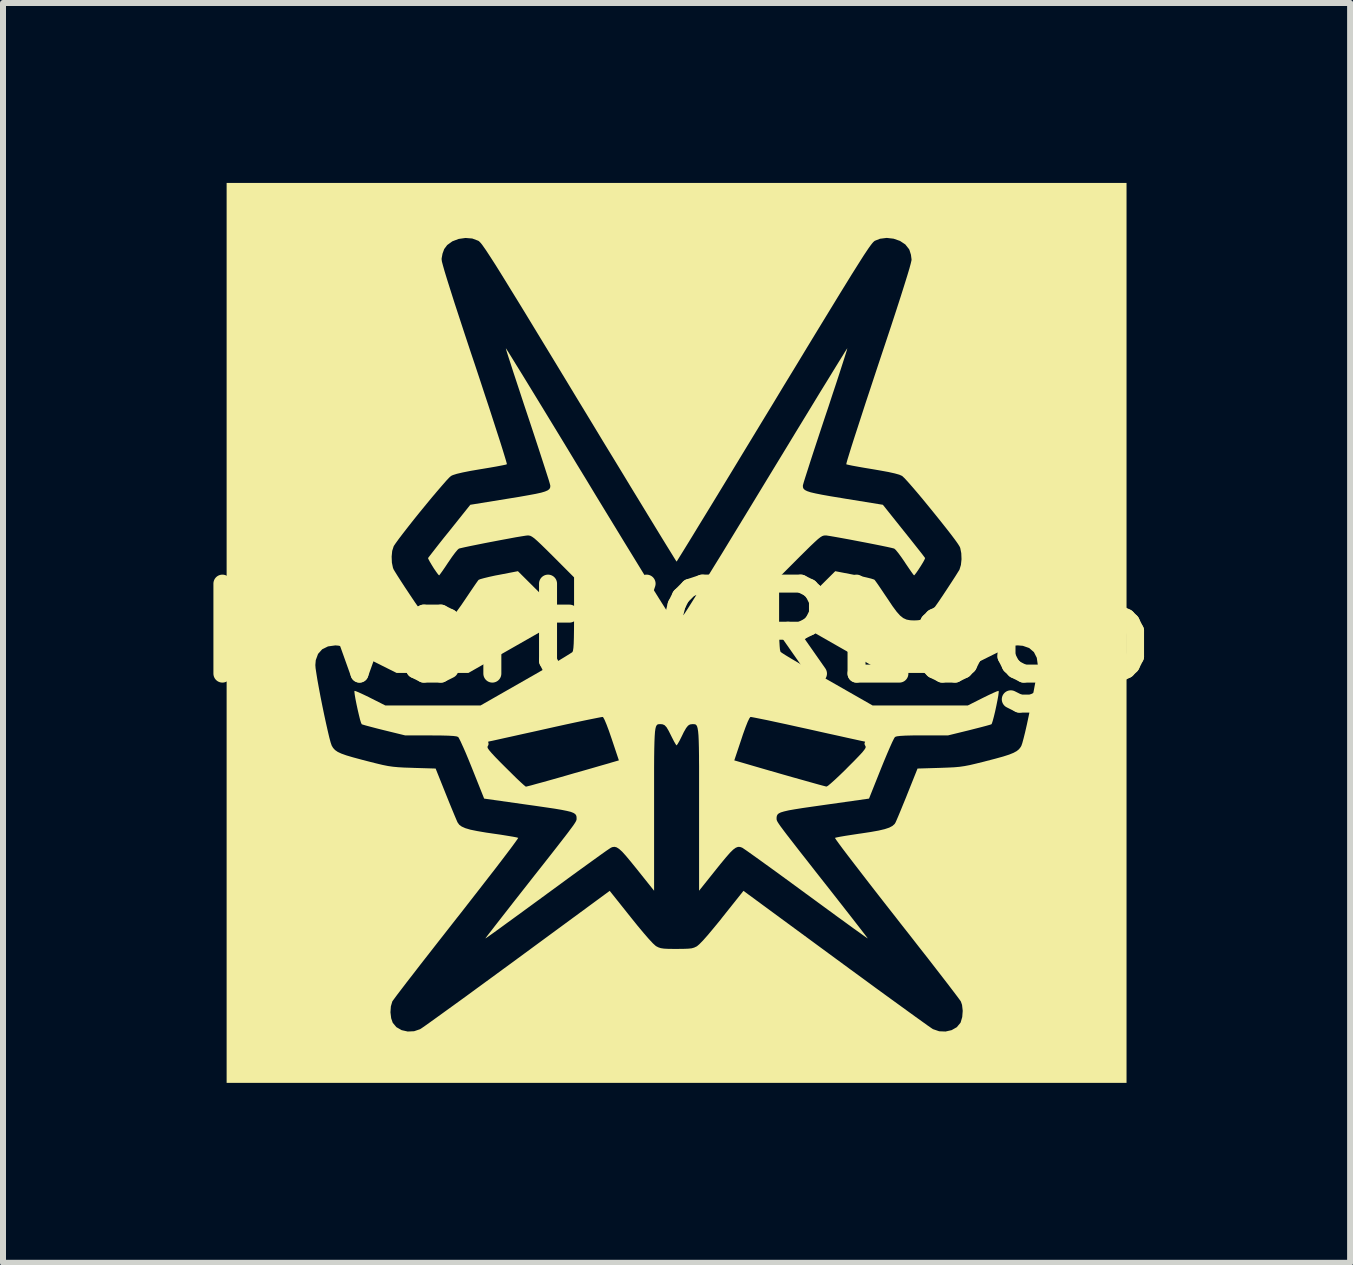
<source format=kicad_pcb>
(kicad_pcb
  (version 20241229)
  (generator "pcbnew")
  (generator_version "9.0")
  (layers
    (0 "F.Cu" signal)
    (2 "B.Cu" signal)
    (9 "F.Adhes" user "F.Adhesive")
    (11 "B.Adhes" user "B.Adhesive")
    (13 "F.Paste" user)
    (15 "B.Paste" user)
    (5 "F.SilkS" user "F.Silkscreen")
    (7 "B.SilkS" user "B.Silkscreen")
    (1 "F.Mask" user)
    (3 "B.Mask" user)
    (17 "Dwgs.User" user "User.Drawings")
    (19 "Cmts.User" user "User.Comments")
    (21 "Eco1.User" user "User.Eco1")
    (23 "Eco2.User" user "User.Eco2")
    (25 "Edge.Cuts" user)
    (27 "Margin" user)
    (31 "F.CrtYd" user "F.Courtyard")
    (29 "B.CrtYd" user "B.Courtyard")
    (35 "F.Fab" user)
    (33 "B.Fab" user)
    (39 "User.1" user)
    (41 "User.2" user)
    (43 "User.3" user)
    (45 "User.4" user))
  (footprint "InvertVCRLogo"
    (layer "F.Cu")
    (at 8.229 7.501)
    (property "Reference" "InvertVCRLogo" (at 0 0 0) (layer "F.SilkS") (effects (font (size 1.5 1.5) (thickness 0.3))))
    (attr board_only exclude_from_pos_files exclude_from_bom)
    (fp_poly (pts (xy 7.501 0) (xy 7.501 7.501) (xy 0 7.501) (xy -7.501 7.501) (xy -7.501 0.536) (xy -6.022 0.536) (xy -6.018 0.589) (xy -6.005 0.675) (xy -5.987 0.787) (xy -5.963 0.919) (xy -5.936 1.063) (xy -5.906 1.213) (xy -5.875 1.363) (xy -5.844 1.506) (xy -5.815 1.635) (xy -5.789 1.745) (xy -5.767 1.827) (xy -5.75 1.876) (xy -5.748 1.881) (xy -5.725 1.919) (xy -5.693 1.953) (xy -5.65 1.983) (xy -5.588 2.012) (xy -5.504 2.042) (xy -5.392 2.075) (xy -5.247 2.114) (xy -5.147 2.14) (xy -5.009 2.175) (xy -4.9 2.201) (xy -4.81 2.219) (xy -4.726 2.231) (xy -4.639 2.239) (xy -4.536 2.245) (xy -4.406 2.249) (xy -4.389 2.25) (xy -4.017 2.261) (xy -3.846 2.688) (xy -3.795 2.815) (xy -3.747 2.932) (xy -3.706 3.031) (xy -3.674 3.107) (xy -3.654 3.153) (xy -3.649 3.162) (xy -3.623 3.198) (xy -3.582 3.228) (xy -3.522 3.255) (xy -3.438 3.28) (xy -3.325 3.303) (xy -3.179 3.328) (xy -3.063 3.345) (xy -2.937 3.363) (xy -2.826 3.381) (xy -2.735 3.396) (xy -2.671 3.408) (xy -2.642 3.416) (xy -2.64 3.417) (xy -2.651 3.435) (xy -2.685 3.483) (xy -2.741 3.56) (xy -2.817 3.661) (xy -2.911 3.785) (xy -3.022 3.93) (xy -3.148 4.092) (xy -3.286 4.27) (xy -3.435 4.461) (xy -3.592 4.663) (xy -3.665 4.755) (xy -3.827 4.962) (xy -3.983 5.161) (xy -4.129 5.348) (xy -4.265 5.522) (xy -4.387 5.68) (xy -4.495 5.819) (xy -4.585 5.937) (xy -4.657 6.031) (xy -4.707 6.099) (xy -4.735 6.137) (xy -4.739 6.144) (xy -4.763 6.225) (xy -4.77 6.324) (xy -4.758 6.424) (xy -4.732 6.499) (xy -4.671 6.572) (xy -4.584 6.622) (xy -4.482 6.645) (xy -4.375 6.64) (xy -4.276 6.606) (xy -4.248 6.588) (xy -4.189 6.547) (xy -4.102 6.485) (xy -3.988 6.403) (xy -3.851 6.304) (xy -3.693 6.19) (xy -3.516 6.062) (xy -3.324 5.921) (xy -3.117 5.77) (xy -2.9 5.611) (xy -2.674 5.446) (xy -2.657 5.433) (xy -1.115 4.3) (xy -0.765 4.739) (xy -0.65 4.882) (xy -0.548 5.004) (xy -0.463 5.102) (xy -0.396 5.174) (xy -0.35 5.216) (xy -0.34 5.223) (xy -0.303 5.242) (xy -0.264 5.255) (xy -0.212 5.263) (xy -0.139 5.267) (xy -0.036 5.268) (xy 0 5.268) (xy 0.113 5.267) (xy 0.194 5.264) (xy 0.251 5.258) (xy 0.293 5.246) (xy 0.329 5.229) (xy 0.34 5.223) (xy 0.378 5.191) (xy 0.439 5.129) (xy 0.519 5.039) (xy 0.615 4.924) (xy 0.727 4.788) (xy 0.765 4.739) (xy 1.115 4.3) (xy 2.657 5.433) (xy 2.883 5.599) (xy 3.101 5.758) (xy 3.308 5.91) (xy 3.502 6.051) (xy 3.68 6.18) (xy 3.84 6.296) (xy 3.978 6.396) (xy 4.094 6.479) (xy 4.183 6.543) (xy 4.245 6.586) (xy 4.275 6.606) (xy 4.276 6.606) (xy 4.378 6.641) (xy 4.484 6.645) (xy 4.585 6.622) (xy 4.671 6.573) (xy 4.731 6.501) (xy 4.736 6.492) (xy 4.762 6.403) (xy 4.77 6.3) (xy 4.759 6.202) (xy 4.739 6.144) (xy 4.721 6.118) (xy 4.679 6.061) (xy 4.616 5.978) (xy 4.533 5.869) (xy 4.432 5.738) (xy 4.315 5.587) (xy 4.185 5.419) (xy 4.042 5.237) (xy 3.89 5.042) (xy 3.73 4.839) (xy 3.665 4.755) (xy 3.504 4.55) (xy 3.351 4.354) (xy 3.208 4.17) (xy 3.077 4) (xy 2.959 3.847) (xy 2.857 3.714) (xy 2.772 3.602) (xy 2.707 3.514) (xy 2.663 3.453) (xy 2.642 3.421) (xy 2.64 3.417) (xy 2.665 3.41) (xy 2.725 3.398) (xy 2.812 3.383) (xy 2.922 3.366) (xy 3.046 3.347) (xy 3.063 3.345) (xy 3.234 3.319) (xy 3.368 3.295) (xy 3.47 3.271) (xy 3.545 3.246) (xy 3.598 3.218) (xy 3.634 3.186) (xy 3.649 3.162) (xy 3.664 3.129) (xy 3.692 3.064) (xy 3.73 2.973) (xy 3.775 2.863) (xy 3.826 2.739) (xy 3.846 2.688) (xy 4.017 2.261) (xy 4.389 2.25) (xy 4.522 2.245) (xy 4.628 2.24) (xy 4.717 2.232) (xy 4.8 2.22) (xy 4.889 2.203) (xy 4.995 2.178) (xy 5.129 2.145) (xy 5.147 2.14) (xy 5.313 2.097) (xy 5.443 2.061) (xy 5.543 2.029) (xy 5.617 1.999) (xy 5.67 1.97) (xy 5.708 1.939) (xy 5.735 1.904) (xy 5.748 1.881) (xy 5.763 1.838) (xy 5.784 1.761) (xy 5.81 1.657) (xy 5.839 1.53) (xy 5.869 1.389) (xy 5.9 1.24) (xy 5.93 1.09) (xy 5.958 0.944) (xy 5.983 0.81) (xy 6.003 0.695) (xy 6.016 0.604) (xy 6.022 0.544) (xy 6.022 0.537) (xy 6.005 0.415) (xy 5.957 0.32) (xy 5.878 0.252) (xy 5.772 0.215) (xy 5.689 0.208) (xy 5.652 0.21) (xy 5.612 0.218) (xy 5.563 0.232) (xy 5.501 0.257) (xy 5.42 0.293) (xy 5.315 0.344) (xy 5.18 0.411) (xy 5.126 0.438) (xy 4.668 0.667) (xy 4.069 0.667) (xy 3.47 0.667) (xy 2.86 0.319) (xy 2.25 -0.029) (xy 2.25 -0.333) (xy 2.25 -0.636) (xy 2.448 -0.833) (xy 2.645 -1.029) (xy 2.961 -0.968) (xy 3.072 -0.946) (xy 3.169 -0.924) (xy 3.245 -0.905) (xy 3.291 -0.89) (xy 3.301 -0.884) (xy 3.319 -0.86) (xy 3.357 -0.807) (xy 3.408 -0.732) (xy 3.469 -0.641) (xy 3.517 -0.57) (xy 3.6 -0.446) (xy 3.668 -0.354) (xy 3.726 -0.289) (xy 3.779 -0.247) (xy 3.834 -0.222) (xy 3.894 -0.211) (xy 3.959 -0.208) (xy 4.024 -0.211) (xy 4.079 -0.22) (xy 4.129 -0.241) (xy 4.178 -0.278) (xy 4.231 -0.334) (xy 4.293 -0.414) (xy 4.369 -0.522) (xy 4.445 -0.635) (xy 4.519 -0.747) (xy 4.587 -0.851) (xy 4.646 -0.942) (xy 4.689 -1.011) (xy 4.715 -1.053) (xy 4.717 -1.058) (xy 4.74 -1.133) (xy 4.75 -1.229) (xy 4.746 -1.329) (xy 4.729 -1.415) (xy 4.717 -1.442) (xy 4.69 -1.485) (xy 4.641 -1.554) (xy 4.574 -1.643) (xy 4.492 -1.748) (xy 4.4 -1.864) (xy 4.302 -1.986) (xy 4.202 -2.109) (xy 4.103 -2.23) (xy 4.009 -2.342) (xy 3.924 -2.441) (xy 3.852 -2.523) (xy 3.797 -2.582) (xy 3.763 -2.614) (xy 3.759 -2.617) (xy 3.712 -2.638) (xy 3.637 -2.659) (xy 3.529 -2.683) (xy 3.386 -2.709) (xy 3.265 -2.73) (xy 3.137 -2.751) (xy 3.023 -2.771) (xy 2.93 -2.788) (xy 2.864 -2.802) (xy 2.831 -2.81) (xy 2.829 -2.812) (xy 2.833 -2.833) (xy 2.849 -2.891) (xy 2.877 -2.982) (xy 2.915 -3.105) (xy 2.963 -3.255) (xy 3.02 -3.43) (xy 3.084 -3.627) (xy 3.154 -3.843) (xy 3.231 -4.075) (xy 3.312 -4.321) (xy 3.365 -4.481) (xy 3.478 -4.82) (xy 3.578 -5.121) (xy 3.664 -5.384) (xy 3.737 -5.61) (xy 3.797 -5.8) (xy 3.845 -5.954) (xy 3.881 -6.074) (xy 3.904 -6.159) (xy 3.916 -6.211) (xy 3.917 -6.226) (xy 3.907 -6.304) (xy 3.882 -6.384) (xy 3.874 -6.399) (xy 3.813 -6.476) (xy 3.724 -6.535) (xy 3.617 -6.572) (xy 3.503 -6.585) (xy 3.391 -6.571) (xy 3.305 -6.537) (xy 3.293 -6.528) (xy 3.277 -6.513) (xy 3.258 -6.491) (xy 3.234 -6.46) (xy 3.203 -6.417) (xy 3.166 -6.362) (xy 3.12 -6.293) (xy 3.066 -6.208) (xy 3.001 -6.105) (xy 2.924 -5.983) (xy 2.836 -5.84) (xy 2.734 -5.675) (xy 2.618 -5.485) (xy 2.486 -5.269) (xy 2.337 -5.025) (xy 2.171 -4.752) (xy 1.987 -4.448) (xy 1.782 -4.112) (xy 1.618 -3.84) (xy 1.433 -3.536) (xy 1.254 -3.241) (xy 1.082 -2.958) (xy 0.919 -2.689) (xy 0.765 -2.436) (xy 0.622 -2.201) (xy 0.49 -1.985) (xy 0.371 -1.791) (xy 0.267 -1.62) (xy 0.178 -1.475) (xy 0.106 -1.358) (xy 0.051 -1.27) (xy 0.016 -1.213) (xy 0.001 -1.19) (xy 0 -1.189) (xy -0.012 -1.207) (xy -0.044 -1.258) (xy -0.095 -1.341) (xy -0.165 -1.454) (xy -0.251 -1.594) (xy -0.353 -1.761) (xy -0.469 -1.951) (xy -0.598 -2.163) (xy -0.74 -2.395) (xy -0.892 -2.646) (xy -1.054 -2.912) (xy -1.225 -3.192) (xy -1.402 -3.485) (xy -1.586 -3.788) (xy -1.618 -3.84) (xy -1.837 -4.202) (xy -2.036 -4.53) (xy -2.216 -4.826) (xy -2.377 -5.091) (xy -2.521 -5.328) (xy -2.649 -5.537) (xy -2.762 -5.72) (xy -2.86 -5.88) (xy -2.945 -6.017) (xy -3.018 -6.134) (xy -3.081 -6.232) (xy -3.133 -6.312) (xy -3.176 -6.378) (xy -3.212 -6.429) (xy -3.24 -6.469) (xy -3.263 -6.498) (xy -3.282 -6.518) (xy -3.296 -6.531) (xy -3.305 -6.537) (xy -3.406 -6.575) (xy -3.519 -6.584) (xy -3.633 -6.568) (xy -3.738 -6.528) (xy -3.824 -6.466) (xy -3.874 -6.399) (xy -3.902 -6.323) (xy -3.917 -6.242) (xy -3.917 -6.226) (xy -3.912 -6.19) (xy -3.894 -6.122) (xy -3.865 -6.02) (xy -3.823 -5.883) (xy -3.769 -5.712) (xy -3.703 -5.504) (xy -3.623 -5.26) (xy -3.531 -4.979) (xy -3.425 -4.659) (xy -3.365 -4.481) (xy -3.281 -4.228) (xy -3.202 -3.987) (xy -3.127 -3.761) (xy -3.059 -3.551) (xy -2.998 -3.362) (xy -2.944 -3.196) (xy -2.9 -3.056) (xy -2.866 -2.945) (xy -2.842 -2.865) (xy -2.83 -2.821) (xy -2.829 -2.812) (xy -2.853 -2.804) (xy -2.912 -2.792) (xy -3 -2.775) (xy -3.109 -2.756) (xy -3.234 -2.735) (xy -3.265 -2.73) (xy -3.435 -2.701) (xy -3.566 -2.675) (xy -3.664 -2.652) (xy -3.73 -2.631) (xy -3.759 -2.617) (xy -3.788 -2.592) (xy -3.839 -2.538) (xy -3.907 -2.46) (xy -3.989 -2.365) (xy -4.082 -2.255) (xy -4.18 -2.136) (xy -4.281 -2.013) (xy -4.38 -1.89) (xy -4.473 -1.772) (xy -4.557 -1.664) (xy -4.628 -1.571) (xy -4.681 -1.498) (xy -4.714 -1.449) (xy -4.717 -1.442) (xy -4.741 -1.367) (xy -4.75 -1.271) (xy -4.746 -1.171) (xy -4.728 -1.085) (xy -4.717 -1.058) (xy -4.695 -1.021) (xy -4.654 -0.955) (xy -4.598 -0.868) (xy -4.532 -0.766) (xy -4.458 -0.655) (xy -4.445 -0.635) (xy -4.355 -0.501) (xy -4.282 -0.398) (xy -4.221 -0.323) (xy -4.169 -0.27) (xy -4.12 -0.237) (xy -4.07 -0.218) (xy -4.013 -0.21) (xy -3.959 -0.208) (xy -3.888 -0.212) (xy -3.828 -0.224) (xy -3.774 -0.25) (xy -3.72 -0.295) (xy -3.662 -0.363) (xy -3.593 -0.458) (xy -3.517 -0.57) (xy -3.451 -0.668) (xy -3.392 -0.755) (xy -3.344 -0.825) (xy -3.312 -0.87) (xy -3.301 -0.884) (xy -3.273 -0.896) (xy -3.212 -0.913) (xy -3.126 -0.934) (xy -3.021 -0.957) (xy -2.961 -0.968) (xy -2.645 -1.029) (xy -2.448 -0.833) (xy -2.25 -0.636) (xy -2.25 -0.333) (xy -2.25 -0.029) (xy -2.86 0.319) (xy -3.47 0.667) (xy -4.069 0.667) (xy -4.668 0.667) (xy -5.126 0.438) (xy -5.273 0.365) (xy -5.388 0.309) (xy -5.477 0.268) (xy -5.545 0.239) (xy -5.597 0.221) (xy -5.64 0.212) (xy -5.677 0.209) (xy -5.688 0.208) (xy -5.811 0.225) (xy -5.908 0.273) (xy -5.977 0.35) (xy -6.015 0.454) (xy -6.022 0.536) (xy -7.501 0.536) (xy -7.501 0) (xy -7.501 -7.501) (xy 0 -7.501) (xy 7.501 -7.501)) (stroke (width 0) (type solid)) (fill yes) (layer "F.SilkS"))
    (fp_poly (pts (xy 2.841 -4.724) (xy 2.824 -4.668) (xy 2.796 -4.579) (xy 2.758 -4.461) (xy 2.712 -4.318) (xy 2.658 -4.153) (xy 2.597 -3.97) (xy 2.532 -3.771) (xy 2.479 -3.614) (xy 2.41 -3.406) (xy 2.345 -3.209) (xy 2.285 -3.027) (xy 2.232 -2.864) (xy 2.187 -2.723) (xy 2.15 -2.608) (xy 2.123 -2.522) (xy 2.108 -2.469) (xy 2.105 -2.454) (xy 2.107 -2.426) (xy 2.117 -2.403) (xy 2.14 -2.382) (xy 2.178 -2.363) (xy 2.235 -2.344) (xy 2.317 -2.325) (xy 2.427 -2.303) (xy 2.568 -2.278) (xy 2.745 -2.249) (xy 2.81 -2.238) (xy 3.439 -2.136) (xy 3.787 -1.7) (xy 3.88 -1.584) (xy 3.964 -1.478) (xy 4.036 -1.387) (xy 4.092 -1.316) (xy 4.128 -1.268) (xy 4.143 -1.248) (xy 4.135 -1.226) (xy 4.11 -1.179) (xy 4.074 -1.12) (xy 4.034 -1.058) (xy 3.997 -1.004) (xy 3.969 -0.968) (xy 3.959 -0.959) (xy 3.944 -0.976) (xy 3.912 -1.02) (xy 3.866 -1.087) (xy 3.811 -1.168) (xy 3.806 -1.177) (xy 3.748 -1.261) (xy 3.696 -1.332) (xy 3.654 -1.383) (xy 3.629 -1.405) (xy 3.628 -1.406) (xy 3.585 -1.417) (xy 3.509 -1.434) (xy 3.408 -1.455) (xy 3.288 -1.479) (xy 3.156 -1.505) (xy 3.019 -1.531) (xy 2.884 -1.557) (xy 2.758 -1.58) (xy 2.647 -1.6) (xy 2.559 -1.615) (xy 2.501 -1.624) (xy 2.481 -1.625) (xy 2.456 -1.623) (xy 2.43 -1.615) (xy 2.398 -1.596) (xy 2.357 -1.564) (xy 2.302 -1.514) (xy 2.229 -1.445) (xy 2.134 -1.351) (xy 2.058 -1.276) (xy 1.709 -0.926) (xy 1.709 -0.321) (xy 1.709 -0.132) (xy 1.711 0.019) (xy 1.713 0.135) (xy 1.718 0.22) (xy 1.723 0.277) (xy 1.731 0.309) (xy 1.735 0.317) (xy 1.758 0.334) (xy 1.814 0.37) (xy 1.898 0.421) (xy 2.006 0.485) (xy 2.135 0.561) (xy 2.28 0.646) (xy 2.439 0.736) (xy 2.514 0.779) (xy 3.267 1.209) (xy 4.061 1.209) (xy 4.856 1.209) (xy 5.108 1.082) (xy 5.2 1.037) (xy 5.279 1) (xy 5.337 0.975) (xy 5.367 0.966) (xy 5.369 0.966) (xy 5.37 0.99) (xy 5.363 1.046) (xy 5.349 1.123) (xy 5.331 1.213) (xy 5.311 1.306) (xy 5.29 1.393) (xy 5.271 1.464) (xy 5.256 1.51) (xy 5.248 1.523) (xy 5.221 1.532) (xy 5.161 1.549) (xy 5.074 1.572) (xy 4.968 1.599) (xy 4.874 1.623) (xy 4.523 1.709) (xy 4.099 1.709) (xy 3.939 1.709) (xy 3.817 1.712) (xy 3.729 1.717) (xy 3.672 1.724) (xy 3.643 1.734) (xy 3.641 1.735) (xy 3.625 1.76) (xy 3.595 1.82) (xy 3.556 1.907) (xy 3.509 2.016) (xy 3.456 2.143) (xy 3.408 2.261) (xy 3.208 2.762) (xy 2.474 2.866) (xy 2.27 2.895) (xy 2.104 2.919) (xy 1.972 2.94) (xy 1.869 2.958) (xy 1.792 2.976) (xy 1.738 2.992) (xy 1.702 3.01) (xy 1.681 3.03) (xy 1.671 3.052) (xy 1.667 3.079) (xy 1.667 3.093) (xy 1.667 3.105) (xy 1.669 3.117) (xy 1.674 3.132) (xy 1.685 3.153) (xy 1.703 3.181) (xy 1.729 3.219) (xy 1.767 3.27) (xy 1.816 3.336) (xy 1.881 3.42) (xy 1.961 3.523) (xy 2.059 3.649) (xy 2.177 3.799) (xy 2.316 3.977) (xy 2.479 4.184) (xy 2.536 4.256) (xy 2.663 4.418) (xy 2.782 4.57) (xy 2.89 4.708) (xy 2.985 4.83) (xy 3.065 4.933) (xy 3.127 5.013) (xy 3.168 5.067) (xy 3.187 5.093) (xy 3.188 5.094) (xy 3.172 5.084) (xy 3.125 5.051) (xy 3.05 4.997) (xy 2.95 4.926) (xy 2.828 4.837) (xy 2.687 4.735) (xy 2.53 4.62) (xy 2.359 4.495) (xy 2.178 4.362) (xy 2.165 4.353) (xy 1.981 4.218) (xy 1.807 4.091) (xy 1.644 3.972) (xy 1.497 3.866) (xy 1.367 3.772) (xy 1.259 3.695) (xy 1.176 3.636) (xy 1.119 3.597) (xy 1.093 3.58) (xy 1.093 3.58) (xy 1.058 3.568) (xy 1.024 3.567) (xy 0.987 3.581) (xy 0.944 3.612) (xy 0.89 3.665) (xy 0.822 3.743) (xy 0.735 3.848) (xy 0.661 3.94) (xy 0.375 4.298) (xy 0.375 2.942) (xy 0.375 2.664) (xy 0.375 2.425) (xy 0.375 2.222) (xy 0.374 2.125) (xy 0.962 2.125) (xy 1.08 2.159) (xy 1.316 2.228) (xy 1.54 2.293) (xy 1.749 2.353) (xy 1.938 2.407) (xy 2.106 2.454) (xy 2.248 2.494) (xy 2.362 2.526) (xy 2.444 2.548) (xy 2.491 2.56) (xy 2.501 2.561) (xy 2.524 2.548) (xy 2.572 2.508) (xy 2.639 2.448) (xy 2.722 2.37) (xy 2.815 2.28) (xy 2.853 2.241) (xy 2.96 2.134) (xy 3.04 2.051) (xy 3.096 1.991) (xy 3.131 1.947) (xy 3.149 1.918) (xy 3.153 1.898) (xy 3.148 1.888) (xy 3.132 1.852) (xy 3.135 1.835) (xy 3.143 1.814) (xy 3.141 1.813) (xy 3.12 1.808) (xy 3.062 1.796) (xy 2.972 1.776) (xy 2.853 1.75) (xy 2.71 1.718) (xy 2.546 1.682) (xy 2.366 1.642) (xy 2.197 1.604) (xy 2.005 1.562) (xy 1.825 1.522) (xy 1.661 1.487) (xy 1.518 1.456) (xy 1.399 1.432) (xy 1.309 1.414) (xy 1.251 1.403) (xy 1.231 1.401) (xy 1.214 1.423) (xy 1.186 1.48) (xy 1.15 1.571) (xy 1.107 1.69) (xy 1.082 1.766) (xy 0.962 2.125) (xy 0.374 2.125) (xy 0.374 2.052) (xy 0.372 1.911) (xy 0.369 1.798) (xy 0.365 1.709) (xy 0.359 1.642) (xy 0.351 1.592) (xy 0.342 1.559) (xy 0.33 1.538) (xy 0.316 1.526) (xy 0.299 1.522) (xy 0.28 1.521) (xy 0.26 1.521) (xy 0.223 1.526) (xy 0.191 1.546) (xy 0.159 1.586) (xy 0.12 1.654) (xy 0.085 1.726) (xy 0.05 1.796) (xy 0.02 1.848) (xy 0.002 1.874) (xy 0 1.875) (xy -0.014 1.858) (xy -0.041 1.812) (xy -0.075 1.746) (xy -0.085 1.726) (xy -0.131 1.634) (xy -0.167 1.573) (xy -0.199 1.539) (xy -0.232 1.524) (xy -0.26 1.521) (xy -0.283 1.521) (xy -0.302 1.522) (xy -0.319 1.527) (xy -0.332 1.54) (xy -0.344 1.563) (xy -0.353 1.599) (xy -0.36 1.65) (xy -0.365 1.721) (xy -0.369 1.813) (xy -0.372 1.93) (xy -0.374 2.075) (xy -0.375 2.25) (xy -0.375 2.458) (xy -0.375 2.703) (xy -0.375 2.942) (xy -0.375 4.298) (xy -0.661 3.94) (xy -0.763 3.814) (xy -0.844 3.717) (xy -0.907 3.647) (xy -0.958 3.601) (xy -0.999 3.575) (xy -1.034 3.566) (xy -1.068 3.57) (xy -1.093 3.58) (xy -1.118 3.596) (xy -1.174 3.634) (xy -1.257 3.693) (xy -1.364 3.77) (xy -1.493 3.863) (xy -1.64 3.969) (xy -1.802 4.087) (xy -1.976 4.215) (xy -2.16 4.349) (xy -2.165 4.353) (xy -2.347 4.486) (xy -2.518 4.611) (xy -2.677 4.727) (xy -2.819 4.83) (xy -2.942 4.92) (xy -3.043 4.993) (xy -3.12 5.048) (xy -3.169 5.082) (xy -3.188 5.094) (xy -3.188 5.094) (xy -3.176 5.077) (xy -3.14 5.029) (xy -3.083 4.956) (xy -3.008 4.859) (xy -2.916 4.741) (xy -2.811 4.607) (xy -2.695 4.458) (xy -2.57 4.299) (xy -2.536 4.256) (xy -2.366 4.039) (xy -2.219 3.853) (xy -2.094 3.694) (xy -1.99 3.561) (xy -1.904 3.45) (xy -1.835 3.361) (xy -1.781 3.289) (xy -1.74 3.234) (xy -1.71 3.192) (xy -1.69 3.161) (xy -1.677 3.138) (xy -1.67 3.121) (xy -1.667 3.108) (xy -1.667 3.097) (xy -1.667 3.093) (xy -1.668 3.064) (xy -1.675 3.04) (xy -1.691 3.019) (xy -1.719 3.001) (xy -1.764 2.983) (xy -1.83 2.967) (xy -1.92 2.949) (xy -2.038 2.929) (xy -2.188 2.907) (xy -2.373 2.88) (xy -2.474 2.866) (xy -3.208 2.762) (xy -3.408 2.261) (xy -3.463 2.125) (xy -3.515 2) (xy -3.558 1.902) (xy -3.153 1.902) (xy -3.146 1.924) (xy -3.124 1.956) (xy -3.084 2.003) (xy -3.023 2.069) (xy -2.937 2.157) (xy -2.853 2.241) (xy -2.758 2.335) (xy -2.673 2.419) (xy -2.601 2.487) (xy -2.547 2.536) (xy -2.516 2.561) (xy -2.511 2.563) (xy -2.486 2.557) (xy -2.426 2.542) (xy -2.337 2.517) (xy -2.222 2.486) (xy -2.087 2.448) (xy -1.938 2.406) (xy -1.865 2.385) (xy -1.703 2.338) (xy -1.547 2.294) (xy -1.404 2.253) (xy -1.28 2.217) (xy -1.182 2.189) (xy -1.115 2.17) (xy -1.101 2.165) (xy -0.962 2.125) (xy -1.082 1.766) (xy -1.128 1.632) (xy -1.168 1.526) (xy -1.2 1.45) (xy -1.223 1.408) (xy -1.231 1.401) (xy -1.257 1.404) (xy -1.319 1.416) (xy -1.414 1.435) (xy -1.537 1.46) (xy -1.683 1.491) (xy -1.85 1.527) (xy -2.032 1.567) (xy -2.197 1.604) (xy -2.389 1.647) (xy -2.567 1.686) (xy -2.728 1.722) (xy -2.869 1.753) (xy -2.985 1.779) (xy -3.071 1.798) (xy -3.125 1.809) (xy -3.141 1.813) (xy -3.14 1.827) (xy -3.135 1.835) (xy -3.136 1.866) (xy -3.148 1.888) (xy -3.153 1.902) (xy -3.558 1.902) (xy -3.562 1.894) (xy -3.6 1.81) (xy -3.628 1.755) (xy -3.641 1.735) (xy -3.668 1.725) (xy -3.722 1.718) (xy -3.806 1.713) (xy -3.924 1.71) (xy -4.08 1.709) (xy -4.099 1.709) (xy -4.523 1.709) (xy -4.874 1.623) (xy -4.99 1.594) (xy -5.093 1.567) (xy -5.175 1.545) (xy -5.23 1.529) (xy -5.248 1.523) (xy -5.26 1.499) (xy -5.277 1.444) (xy -5.296 1.367) (xy -5.317 1.277) (xy -5.337 1.184) (xy -5.354 1.097) (xy -5.366 1.026) (xy -5.371 0.979) (xy -5.369 0.966) (xy -5.348 0.971) (xy -5.297 0.992) (xy -5.223 1.026) (xy -5.133 1.069) (xy -5.108 1.082) (xy -4.856 1.209) (xy -4.061 1.209) (xy -3.267 1.209) (xy -2.514 0.779) (xy -2.351 0.686) (xy -2.2 0.599) (xy -2.063 0.519) (xy -1.944 0.449) (xy -1.849 0.391) (xy -1.78 0.348) (xy -1.741 0.323) (xy -1.735 0.317) (xy -1.727 0.295) (xy -1.72 0.25) (xy -1.715 0.179) (xy -1.712 0.079) (xy -1.71 -0.056) (xy -1.709 -0.226) (xy -1.709 -0.321) (xy -1.709 -0.926) (xy -2.058 -1.276) (xy -2.17 -1.387) (xy -2.257 -1.472) (xy -2.323 -1.534) (xy -2.372 -1.577) (xy -2.41 -1.604) (xy -2.439 -1.619) (xy -2.465 -1.624) (xy -2.481 -1.625) (xy -2.517 -1.621) (xy -2.586 -1.61) (xy -2.683 -1.594) (xy -2.8 -1.572) (xy -2.93 -1.548) (xy -3.066 -1.522) (xy -3.202 -1.496) (xy -3.331 -1.47) (xy -3.445 -1.447) (xy -3.539 -1.427) (xy -3.604 -1.412) (xy -3.628 -1.406) (xy -3.652 -1.385) (xy -3.693 -1.336) (xy -3.745 -1.266) (xy -3.802 -1.182) (xy -3.806 -1.177) (xy -3.861 -1.094) (xy -3.908 -1.026) (xy -3.942 -0.979) (xy -3.958 -0.959) (xy -3.959 -0.959) (xy -3.976 -0.976) (xy -4.007 -1.018) (xy -4.046 -1.075) (xy -4.085 -1.138) (xy -4.118 -1.194) (xy -4.139 -1.235) (xy -4.143 -1.248) (xy -4.128 -1.268) (xy -4.091 -1.316) (xy -4.035 -1.388) (xy -3.964 -1.479) (xy -3.88 -1.585) (xy -3.787 -1.7) (xy -3.439 -2.136) (xy -2.81 -2.238) (xy -2.62 -2.269) (xy -2.468 -2.296) (xy -2.349 -2.318) (xy -2.258 -2.338) (xy -2.194 -2.357) (xy -2.15 -2.376) (xy -2.123 -2.396) (xy -2.109 -2.418) (xy -2.105 -2.444) (xy -2.105 -2.454) (xy -2.111 -2.48) (xy -2.129 -2.542) (xy -2.159 -2.636) (xy -2.198 -2.758) (xy -2.246 -2.906) (xy -2.301 -3.075) (xy -2.362 -3.261) (xy -2.428 -3.461) (xy -2.479 -3.614) (xy -2.548 -3.821) (xy -2.612 -4.016) (xy -2.671 -4.195) (xy -2.724 -4.355) (xy -2.768 -4.492) (xy -2.804 -4.603) (xy -2.83 -4.685) (xy -2.844 -4.733) (xy -2.846 -4.745) (xy -2.835 -4.729) (xy -2.803 -4.679) (xy -2.752 -4.597) (xy -2.684 -4.486) (xy -2.599 -4.349) (xy -2.499 -4.186) (xy -2.386 -4.001) (xy -2.26 -3.795) (xy -2.123 -3.57) (xy -1.976 -3.329) (xy -1.821 -3.074) (xy -1.659 -2.806) (xy -1.508 -2.559) (xy -1.34 -2.281) (xy -1.176 -2.012) (xy -1.019 -1.755) (xy -0.871 -1.512) (xy -0.731 -1.284) (xy -0.603 -1.075) (xy -0.487 -0.886) (xy -0.384 -0.72) (xy -0.296 -0.579) (xy -0.224 -0.465) (xy -0.17 -0.38) (xy -0.135 -0.326) (xy -0.122 -0.307) (xy -0.051 -0.259) (xy 0.023 -0.252) (xy 0.096 -0.285) (xy 0.122 -0.307) (xy 0.139 -0.332) (xy 0.177 -0.39) (xy 0.234 -0.48) (xy 0.308 -0.598) (xy 0.398 -0.744) (xy 0.503 -0.913) (xy 0.621 -1.105) (xy 0.752 -1.317) (xy 0.892 -1.547) (xy 1.042 -1.793) (xy 1.2 -2.052) (xy 1.364 -2.322) (xy 1.508 -2.559) (xy 1.676 -2.835) (xy 1.838 -3.101) (xy 1.992 -3.355) (xy 2.138 -3.594) (xy 2.274 -3.817) (xy 2.398 -4.021) (xy 2.511 -4.204) (xy 2.609 -4.364) (xy 2.692 -4.499) (xy 2.759 -4.607) (xy 2.807 -4.685) (xy 2.837 -4.732) (xy 2.846 -4.745)) (stroke (width 0) (type solid)) (fill yes) (layer "F.SilkS")))
  (gr_rect
    (start -3 -3)
    (end 19.457 18.002)
    (stroke (width 0.1) (type default))
    (fill no)
    (layer "Edge.Cuts")))
</source>
